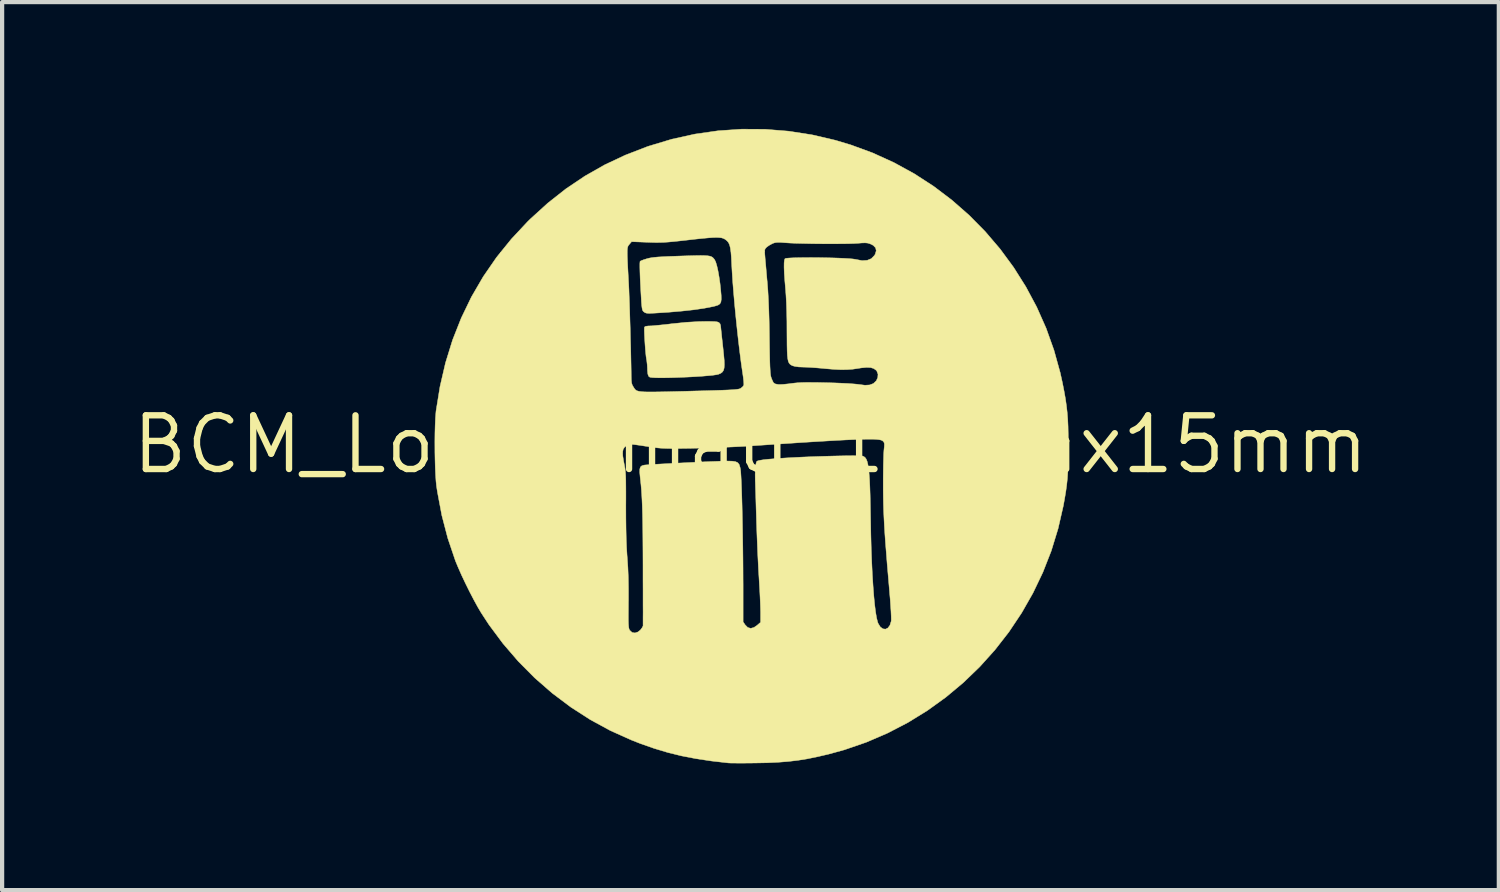
<source format=kicad_pcb>
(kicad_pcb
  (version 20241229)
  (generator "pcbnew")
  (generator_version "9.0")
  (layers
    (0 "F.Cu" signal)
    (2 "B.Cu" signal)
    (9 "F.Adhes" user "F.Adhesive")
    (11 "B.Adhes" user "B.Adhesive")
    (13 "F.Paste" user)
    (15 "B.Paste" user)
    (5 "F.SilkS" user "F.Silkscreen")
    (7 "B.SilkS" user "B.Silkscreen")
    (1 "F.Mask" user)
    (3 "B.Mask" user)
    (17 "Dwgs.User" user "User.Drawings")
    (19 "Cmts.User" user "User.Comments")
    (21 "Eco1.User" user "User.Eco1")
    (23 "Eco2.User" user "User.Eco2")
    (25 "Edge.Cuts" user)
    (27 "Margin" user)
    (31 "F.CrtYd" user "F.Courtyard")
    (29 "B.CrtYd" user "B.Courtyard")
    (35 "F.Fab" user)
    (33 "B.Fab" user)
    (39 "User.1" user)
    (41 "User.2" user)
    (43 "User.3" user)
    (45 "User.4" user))
  (footprint "BCM_Logo_small_15mmx15mm"
    (layer "F.Cu")
    (at 14.703 7.465)
    (property "Reference" "BCM_Logo_small_15mmx15mm" (at 0 0 0) (layer "F.SilkS") (effects (font (size 1.27 1.27) (thickness 0.15))))
    (attr board_only exclude_from_bom)
    (fp_poly (pts (xy -1.082 -4.469) (xy -1.011 -4.464) (xy -0.958 -4.455) (xy -0.92 -4.441) (xy -0.891 -4.422) (xy -0.868 -4.397) (xy -0.848 -4.371) (xy -0.822 -4.317) (xy -0.795 -4.227) (xy -0.768 -4.108) (xy -0.743 -3.966) (xy -0.72 -3.808) (xy -0.704 -3.655) (xy -0.693 -3.527) (xy -0.691 -3.434) (xy -0.7 -3.37) (xy -0.724 -3.327) (xy -0.767 -3.298) (xy -0.831 -3.277) (xy -0.887 -3.263) (xy -1.094 -3.223) (xy -1.339 -3.187) (xy -1.623 -3.156) (xy -1.947 -3.128) (xy -2.248 -3.109) (xy -2.35 -3.104) (xy -2.418 -3.103) (xy -2.464 -3.108) (xy -2.495 -3.119) (xy -2.52 -3.137) (xy -2.536 -3.15) (xy -2.548 -3.167) (xy -2.557 -3.191) (xy -2.565 -3.229) (xy -2.572 -3.285) (xy -2.579 -3.364) (xy -2.585 -3.471) (xy -2.593 -3.612) (xy -2.6 -3.746) (xy -2.609 -3.924) (xy -2.614 -4.073) (xy -2.617 -4.192) (xy -2.617 -4.278) (xy -2.613 -4.326) (xy -2.61 -4.335) (xy -2.581 -4.35) (xy -2.523 -4.372) (xy -2.449 -4.395) (xy -2.446 -4.396) (xy -2.396 -4.409) (xy -2.34 -4.419) (xy -2.27 -4.428) (xy -2.183 -4.436) (xy -2.072 -4.442) (xy -1.933 -4.449) (xy -1.759 -4.455) (xy -1.651 -4.459) (xy -1.457 -4.465) (xy -1.301 -4.469) (xy -1.177 -4.471) (xy -1.082 -4.469)) (stroke (width 0.01) (type solid)) (fill yes) (layer "F.SilkS"))
    (fp_poly (pts (xy -0.852 -2.908) (xy -0.786 -2.901) (xy -0.745 -2.884) (xy -0.72 -2.856) (xy -0.707 -2.813) (xy -0.7 -2.751) (xy -0.696 -2.71) (xy -0.688 -2.639) (xy -0.678 -2.54) (xy -0.665 -2.424) (xy -0.652 -2.304) (xy -0.651 -2.297) (xy -0.633 -2.125) (xy -0.621 -1.99) (xy -0.618 -1.887) (xy -0.623 -1.81) (xy -0.638 -1.755) (xy -0.663 -1.716) (xy -0.7 -1.687) (xy -0.748 -1.665) (xy -0.753 -1.663) (xy -0.805 -1.651) (xy -0.893 -1.638) (xy -1.011 -1.627) (xy -1.151 -1.615) (xy -1.308 -1.605) (xy -1.475 -1.596) (xy -1.645 -1.589) (xy -1.812 -1.583) (xy -1.97 -1.579) (xy -2.112 -1.578) (xy -2.232 -1.579) (xy -2.322 -1.584) (xy -2.378 -1.591) (xy -2.378 -1.591) (xy -2.409 -1.614) (xy -2.428 -1.666) (xy -2.437 -1.751) (xy -2.438 -1.802) (xy -2.443 -1.89) (xy -2.454 -1.988) (xy -2.461 -2.024) (xy -2.47 -2.085) (xy -2.479 -2.172) (xy -2.488 -2.276) (xy -2.496 -2.39) (xy -2.503 -2.503) (xy -2.508 -2.607) (xy -2.511 -2.694) (xy -2.51 -2.755) (xy -2.508 -2.778) (xy -2.48 -2.796) (xy -2.418 -2.804) (xy -2.389 -2.805) (xy -2.334 -2.807) (xy -2.246 -2.815) (xy -2.133 -2.826) (xy -2.003 -2.839) (xy -1.864 -2.856) (xy -1.846 -2.858) (xy -1.52 -2.891) (xy -1.226 -2.908) (xy -1.079 -2.911) (xy -0.948 -2.911) (xy -0.852 -2.908)) (stroke (width 0.01) (type solid)) (fill yes) (layer "F.SilkS"))
    (fp_poly (pts (xy 0.348 -7.457) (xy 0.904 -7.412) (xy 1.457 -7.326) (xy 2.006 -7.198) (xy 2.373 -7.088) (xy 2.893 -6.897) (xy 3.394 -6.669) (xy 3.874 -6.406) (xy 4.331 -6.11) (xy 4.764 -5.782) (xy 5.172 -5.424) (xy 5.552 -5.039) (xy 5.904 -4.627) (xy 6.225 -4.191) (xy 6.515 -3.731) (xy 6.772 -3.251) (xy 6.994 -2.751) (xy 7.179 -2.233) (xy 7.327 -1.699) (xy 7.381 -1.454) (xy 7.42 -1.256) (xy 7.451 -1.081) (xy 7.474 -0.919) (xy 7.492 -0.762) (xy 7.505 -0.6) (xy 7.513 -0.425) (xy 7.517 -0.227) (xy 7.519 0.004) (xy 7.519 0.042) (xy 7.518 0.273) (xy 7.514 0.471) (xy 7.507 0.644) (xy 7.497 0.803) (xy 7.481 0.955) (xy 7.46 1.11) (xy 7.432 1.278) (xy 7.401 1.45) (xy 7.277 1.99) (xy 7.116 2.516) (xy 6.917 3.024) (xy 6.682 3.515) (xy 6.414 3.985) (xy 6.114 4.434) (xy 5.783 4.859) (xy 5.423 5.259) (xy 5.035 5.633) (xy 4.622 5.978) (xy 4.184 6.294) (xy 3.723 6.578) (xy 3.241 6.828) (xy 2.739 7.044) (xy 2.219 7.223) (xy 1.848 7.325) (xy 1.59 7.385) (xy 1.352 7.434) (xy 1.124 7.471) (xy 0.896 7.498) (xy 0.657 7.517) (xy 0.396 7.529) (xy 0.133 7.534) (xy -0.023 7.536) (xy -0.169 7.537) (xy -0.299 7.537) (xy -0.406 7.536) (xy -0.483 7.535) (xy -0.523 7.533) (xy -0.922 7.487) (xy -1.288 7.432) (xy -1.631 7.366) (xy -1.959 7.285) (xy -2.282 7.188) (xy -2.609 7.073) (xy -2.82 6.99) (xy -3.314 6.768) (xy -3.792 6.508) (xy -4.251 6.212) (xy -4.69 5.882) (xy -5.105 5.52) (xy -5.494 5.128) (xy -5.855 4.708) (xy -6.186 4.263) (xy -6.369 3.983) (xy -6.452 3.843) (xy -6.545 3.673) (xy -6.643 3.485) (xy -6.74 3.289) (xy -6.832 3.095) (xy -6.912 2.914) (xy -6.978 2.756) (xy -6.985 2.736) (xy -7.16 2.218) (xy -7.301 1.678) (xy -7.406 1.121) (xy -7.427 0.984) (xy -7.439 0.867) (xy -7.449 0.715) (xy -7.457 0.538) (xy -7.462 0.342) (xy -7.465 0.18) (xy -3.024 0.18) (xy -3.02 0.272) (xy -3 0.395) (xy -2.992 0.437) (xy -2.98 0.496) (xy -2.97 0.553) (xy -2.962 0.611) (xy -2.956 0.676) (xy -2.952 0.754) (xy -2.949 0.849) (xy -2.948 0.968) (xy -2.947 1.114) (xy -2.947 1.293) (xy -2.948 1.45) (xy -2.947 1.744) (xy -2.944 2.001) (xy -2.939 2.229) (xy -2.931 2.431) (xy -2.92 2.614) (xy -2.915 2.677) (xy -2.9 2.903) (xy -2.89 3.141) (xy -2.886 3.401) (xy -2.886 3.693) (xy -2.887 3.725) (xy -2.888 3.904) (xy -2.889 4.045) (xy -2.889 4.154) (xy -2.887 4.235) (xy -2.883 4.294) (xy -2.878 4.336) (xy -2.871 4.365) (xy -2.861 4.386) (xy -2.854 4.397) (xy -2.8 4.446) (xy -2.732 4.458) (xy -2.661 4.434) (xy -2.606 4.39) (xy -2.567 4.34) (xy -2.544 4.298) (xy -2.541 4.289) (xy -2.541 4.262) (xy -2.541 4.197) (xy -2.541 4.096) (xy -2.54 3.965) (xy -2.541 3.805) (xy -2.541 3.621) (xy -2.541 3.416) (xy -2.542 3.194) (xy -2.542 2.959) (xy -2.542 2.868) (xy -2.543 2.552) (xy -2.545 2.274) (xy -2.547 2.031) (xy -2.55 1.818) (xy -2.554 1.631) (xy -2.559 1.467) (xy -2.565 1.321) (xy -2.572 1.189) (xy -2.58 1.068) (xy -2.59 0.953) (xy -2.602 0.84) (xy -2.61 0.768) (xy -2.62 0.657) (xy -2.618 0.58) (xy -2.601 0.53) (xy -2.567 0.502) (xy -2.518 0.488) (xy -2.477 0.483) (xy -2.4 0.478) (xy -2.292 0.471) (xy -2.158 0.463) (xy -2.003 0.455) (xy -1.833 0.446) (xy -1.654 0.437) (xy -1.471 0.428) (xy -1.29 0.419) (xy -1.115 0.411) (xy -0.953 0.404) (xy -0.808 0.399) (xy -0.687 0.394) (xy -0.595 0.392) (xy -0.548 0.391) (xy -0.433 0.394) (xy -0.353 0.406) (xy -0.3 0.431) (xy -0.267 0.474) (xy -0.246 0.541) (xy -0.236 0.592) (xy -0.23 0.65) (xy -0.224 0.747) (xy -0.217 0.877) (xy -0.211 1.038) (xy -0.205 1.225) (xy -0.199 1.435) (xy -0.194 1.663) (xy -0.189 1.905) (xy -0.185 2.157) (xy -0.181 2.416) (xy -0.178 2.678) (xy -0.176 2.937) (xy -0.175 3.191) (xy -0.174 3.314) (xy -0.174 4.195) (xy -0.125 4.267) (xy -0.065 4.328) (xy 0.005 4.349) (xy 0.083 4.328) (xy 0.155 4.279) (xy 0.239 4.206) (xy 0.239 3.966) (xy 0.237 3.877) (xy 0.233 3.755) (xy 0.227 3.609) (xy 0.219 3.447) (xy 0.209 3.279) (xy 0.202 3.154) (xy 0.191 2.98) (xy 0.181 2.775) (xy 0.17 2.552) (xy 0.161 2.323) (xy 0.152 2.098) (xy 0.145 1.891) (xy 0.144 1.873) (xy 0.139 1.687) (xy 0.133 1.5) (xy 0.128 1.32) (xy 0.123 1.155) (xy 0.118 1.013) (xy 0.115 0.902) (xy 0.113 0.868) (xy 0.111 0.706) (xy 0.115 0.574) (xy 0.125 0.476) (xy 0.141 0.414) (xy 0.151 0.398) (xy 0.177 0.385) (xy 0.229 0.373) (xy 0.311 0.36) (xy 0.424 0.348) (xy 0.573 0.336) (xy 0.76 0.323) (xy 0.853 0.317) (xy 1.018 0.308) (xy 1.197 0.299) (xy 1.386 0.291) (xy 1.578 0.284) (xy 1.77 0.278) (xy 1.956 0.273) (xy 2.13 0.269) (xy 2.287 0.266) (xy 2.423 0.265) (xy 2.532 0.266) (xy 2.609 0.268) (xy 2.648 0.272) (xy 2.682 0.285) (xy 2.712 0.308) (xy 2.737 0.344) (xy 2.759 0.396) (xy 2.777 0.467) (xy 2.793 0.559) (xy 2.805 0.675) (xy 2.816 0.819) (xy 2.824 0.993) (xy 2.831 1.2) (xy 2.836 1.443) (xy 2.841 1.725) (xy 2.842 1.778) (xy 2.848 2.133) (xy 2.857 2.469) (xy 2.869 2.785) (xy 2.883 3.077) (xy 2.9 3.344) (xy 2.918 3.582) (xy 2.938 3.789) (xy 2.96 3.962) (xy 2.983 4.1) (xy 3.008 4.199) (xy 3.021 4.234) (xy 3.072 4.316) (xy 3.132 4.36) (xy 3.195 4.368) (xy 3.252 4.339) (xy 3.299 4.276) (xy 3.329 4.18) (xy 3.33 4.173) (xy 3.331 4.13) (xy 3.329 4.05) (xy 3.324 3.941) (xy 3.315 3.809) (xy 3.305 3.659) (xy 3.291 3.499) (xy 3.289 3.471) (xy 3.26 3.133) (xy 3.234 2.832) (xy 3.213 2.564) (xy 3.194 2.325) (xy 3.179 2.11) (xy 3.167 1.914) (xy 3.158 1.734) (xy 3.15 1.563) (xy 3.145 1.399) (xy 3.142 1.236) (xy 3.14 1.07) (xy 3.14 0.973) (xy 3.14 0.801) (xy 3.142 0.633) (xy 3.144 0.477) (xy 3.148 0.34) (xy 3.151 0.229) (xy 3.156 0.152) (xy 3.157 0.137) (xy 3.166 0.049) (xy 3.168 -0.007) (xy 3.162 -0.042) (xy 3.147 -0.067) (xy 3.128 -0.085) (xy 3.109 -0.097) (xy 3.08 -0.107) (xy 3.039 -0.115) (xy 2.984 -0.121) (xy 2.913 -0.125) (xy 2.823 -0.126) (xy 2.714 -0.125) (xy 2.583 -0.122) (xy 2.427 -0.116) (xy 2.246 -0.108) (xy 2.037 -0.097) (xy 1.797 -0.083) (xy 1.526 -0.067) (xy 1.221 -0.048) (xy 0.879 -0.025) (xy 0.5 0) (xy 0.081 0.028) (xy 0.017 0.033) (xy -0.177 0.045) (xy -0.4 0.056) (xy -0.641 0.067) (xy -0.885 0.076) (xy -1.121 0.084) (xy -1.336 0.088) (xy -1.355 0.089) (xy -1.55 0.092) (xy -1.71 0.094) (xy -1.84 0.095) (xy -1.947 0.094) (xy -2.038 0.091) (xy -2.119 0.087) (xy -2.196 0.08) (xy -2.277 0.07) (xy -2.366 0.057) (xy -2.47 0.042) (xy -2.606 0.021) (xy -2.707 0.007) (xy -2.78 -0.002) (xy -2.83 -0.005) (xy -2.866 -0.002) (xy -2.892 0.005) (xy -2.917 0.017) (xy -2.929 0.024) (xy -2.979 0.063) (xy -3.011 0.113) (xy -3.024 0.18) (xy -7.465 0.18) (xy -7.465 0.137) (xy -7.466 -0.07) (xy -7.464 -0.27) (xy -7.459 -0.456) (xy -7.452 -0.619) (xy -7.442 -0.751) (xy -7.438 -0.794) (xy -7.344 -1.373) (xy -7.214 -1.933) (xy -7.047 -2.473) (xy -6.842 -2.992) (xy -6.601 -3.491) (xy -6.323 -3.969) (xy -6.008 -4.426) (xy -5.916 -4.54) (xy -2.915 -4.54) (xy -2.914 -4.459) (xy -2.91 -4.354) (xy -2.904 -4.22) (xy -2.895 -4.053) (xy -2.884 -3.85) (xy -2.88 -3.778) (xy -2.875 -3.669) (xy -2.87 -3.525) (xy -2.863 -3.351) (xy -2.857 -3.156) (xy -2.851 -2.945) (xy -2.844 -2.725) (xy -2.839 -2.503) (xy -2.833 -2.286) (xy -2.829 -2.081) (xy -2.825 -1.893) (xy -2.822 -1.731) (xy -2.821 -1.617) (xy -2.818 -1.522) (xy -2.811 -1.456) (xy -2.796 -1.407) (xy -2.771 -1.364) (xy -2.754 -1.337) (xy -2.739 -1.315) (xy -2.722 -1.295) (xy -2.701 -1.279) (xy -2.672 -1.267) (xy -2.633 -1.257) (xy -2.579 -1.25) (xy -2.509 -1.245) (xy -2.418 -1.243) (xy -2.304 -1.243) (xy -2.164 -1.245) (xy -1.994 -1.248) (xy -1.791 -1.253) (xy -1.552 -1.259) (xy -1.274 -1.267) (xy -1.262 -1.267) (xy -1.031 -1.273) (xy -0.838 -1.279) (xy -0.68 -1.284) (xy -0.554 -1.289) (xy -0.454 -1.294) (xy -0.378 -1.299) (xy -0.322 -1.305) (xy -0.282 -1.311) (xy -0.254 -1.318) (xy -0.235 -1.327) (xy -0.229 -1.33) (xy -0.184 -1.367) (xy -0.158 -1.402) (xy -0.157 -1.434) (xy -0.161 -1.5) (xy -0.171 -1.59) (xy -0.186 -1.696) (xy -0.192 -1.734) (xy -0.222 -1.944) (xy -0.253 -2.185) (xy -0.285 -2.45) (xy -0.316 -2.731) (xy -0.346 -3.019) (xy -0.374 -3.306) (xy -0.398 -3.583) (xy -0.419 -3.842) (xy -0.434 -4.075) (xy -0.444 -4.255) (xy -0.452 -4.42) (xy -0.462 -4.549) (xy -0.464 -4.56) (xy 0.336 -4.56) (xy 0.34 -4.487) (xy 0.342 -4.468) (xy 0.347 -4.402) (xy 0.356 -4.303) (xy 0.367 -4.178) (xy 0.379 -4.038) (xy 0.392 -3.89) (xy 0.397 -3.842) (xy 0.412 -3.645) (xy 0.424 -3.43) (xy 0.434 -3.19) (xy 0.442 -2.921) (xy 0.447 -2.616) (xy 0.448 -2.519) (xy 0.451 -2.299) (xy 0.454 -2.117) (xy 0.457 -1.97) (xy 0.461 -1.852) (xy 0.466 -1.76) (xy 0.471 -1.691) (xy 0.477 -1.639) (xy 0.485 -1.601) (xy 0.492 -1.579) (xy 0.517 -1.517) (xy 0.54 -1.47) (xy 0.547 -1.459) (xy 0.588 -1.433) (xy 0.658 -1.42) (xy 0.761 -1.421) (xy 0.9 -1.435) (xy 0.95 -1.442) (xy 1.031 -1.452) (xy 1.113 -1.46) (xy 1.201 -1.465) (xy 1.304 -1.468) (xy 1.426 -1.468) (xy 1.576 -1.467) (xy 1.76 -1.463) (xy 1.805 -1.462) (xy 1.988 -1.457) (xy 2.157 -1.45) (xy 2.306 -1.443) (xy 2.43 -1.434) (xy 2.523 -1.426) (xy 2.567 -1.42) (xy 2.709 -1.402) (xy 2.82 -1.409) (xy 2.906 -1.442) (xy 2.912 -1.446) (xy 2.976 -1.507) (xy 3.011 -1.583) (xy 3.017 -1.663) (xy 2.99 -1.735) (xy 2.972 -1.757) (xy 2.915 -1.798) (xy 2.842 -1.82) (xy 2.745 -1.824) (xy 2.619 -1.812) (xy 2.558 -1.802) (xy 2.422 -1.782) (xy 2.285 -1.772) (xy 2.138 -1.77) (xy 1.972 -1.778) (xy 1.777 -1.794) (xy 1.721 -1.8) (xy 1.594 -1.811) (xy 1.464 -1.821) (xy 1.346 -1.828) (xy 1.254 -1.831) (xy 1.249 -1.831) (xy 1.141 -1.835) (xy 1.051 -1.848) (xy 1 -1.862) (xy 0.964 -1.879) (xy 0.935 -1.9) (xy 0.912 -1.929) (xy 0.894 -1.97) (xy 0.882 -2.028) (xy 0.873 -2.108) (xy 0.868 -2.213) (xy 0.865 -2.349) (xy 0.864 -2.519) (xy 0.863 -2.672) (xy 0.862 -2.915) (xy 0.857 -3.144) (xy 0.85 -3.353) (xy 0.84 -3.534) (xy 0.832 -3.645) (xy 0.813 -3.868) (xy 0.8 -4.05) (xy 0.795 -4.193) (xy 0.796 -4.298) (xy 0.804 -4.365) (xy 0.817 -4.397) (xy 0.846 -4.405) (xy 0.912 -4.411) (xy 1.009 -4.416) (xy 1.131 -4.419) (xy 1.272 -4.421) (xy 1.428 -4.422) (xy 1.591 -4.421) (xy 1.757 -4.418) (xy 1.92 -4.415) (xy 2.073 -4.41) (xy 2.212 -4.404) (xy 2.331 -4.397) (xy 2.423 -4.389) (xy 2.484 -4.38) (xy 2.493 -4.378) (xy 2.639 -4.35) (xy 2.761 -4.357) (xy 2.859 -4.397) (xy 2.932 -4.472) (xy 2.95 -4.501) (xy 2.975 -4.584) (xy 2.96 -4.653) (xy 2.905 -4.71) (xy 2.857 -4.736) (xy 2.809 -4.755) (xy 2.764 -4.766) (xy 2.71 -4.77) (xy 2.637 -4.768) (xy 2.537 -4.76) (xy 2.444 -4.755) (xy 2.316 -4.751) (xy 2.161 -4.749) (xy 1.985 -4.748) (xy 1.798 -4.748) (xy 1.605 -4.749) (xy 1.414 -4.752) (xy 1.233 -4.756) (xy 1.07 -4.76) (xy 0.931 -4.766) (xy 0.836 -4.772) (xy 0.729 -4.78) (xy 0.654 -4.782) (xy 0.6 -4.778) (xy 0.557 -4.768) (xy 0.515 -4.751) (xy 0.513 -4.75) (xy 0.447 -4.714) (xy 0.389 -4.674) (xy 0.378 -4.664) (xy 0.352 -4.636) (xy 0.339 -4.606) (xy 0.336 -4.56) (xy -0.464 -4.56) (xy -0.476 -4.648) (xy -0.494 -4.721) (xy -0.519 -4.775) (xy -0.552 -4.816) (xy -0.595 -4.85) (xy -0.607 -4.858) (xy -0.641 -4.875) (xy -0.681 -4.888) (xy -0.733 -4.895) (xy -0.8 -4.898) (xy -0.887 -4.896) (xy -0.998 -4.888) (xy -1.139 -4.875) (xy -1.312 -4.857) (xy -1.503 -4.835) (xy -1.681 -4.815) (xy -1.826 -4.8) (xy -1.946 -4.789) (xy -2.05 -4.782) (xy -2.146 -4.779) (xy -2.243 -4.778) (xy -2.35 -4.781) (xy -2.44 -4.784) (xy -2.812 -4.798) (xy -2.867 -4.733) (xy -2.882 -4.715) (xy -2.894 -4.697) (xy -2.903 -4.674) (xy -2.91 -4.643) (xy -2.914 -4.6) (xy -2.915 -4.54) (xy -5.916 -4.54) (xy -5.656 -4.861) (xy -5.269 -5.275) (xy -5.209 -5.334) (xy -4.794 -5.711) (xy -4.365 -6.049) (xy -3.917 -6.35) (xy -3.449 -6.616) (xy -2.958 -6.847) (xy -2.44 -7.047) (xy -2.401 -7.06) (xy -1.862 -7.222) (xy -1.315 -7.343) (xy -0.763 -7.422) (xy -0.208 -7.46) (xy 0.348 -7.457)) (stroke (width 0.01) (type solid)) (fill yes) (layer "F.SilkS")))
  (gr_rect
    (start -3 -3)
    (end 32.406 18.007)
    (stroke (width 0.1) (type default))
    (fill no)
    (layer "Edge.Cuts")))
</source>
